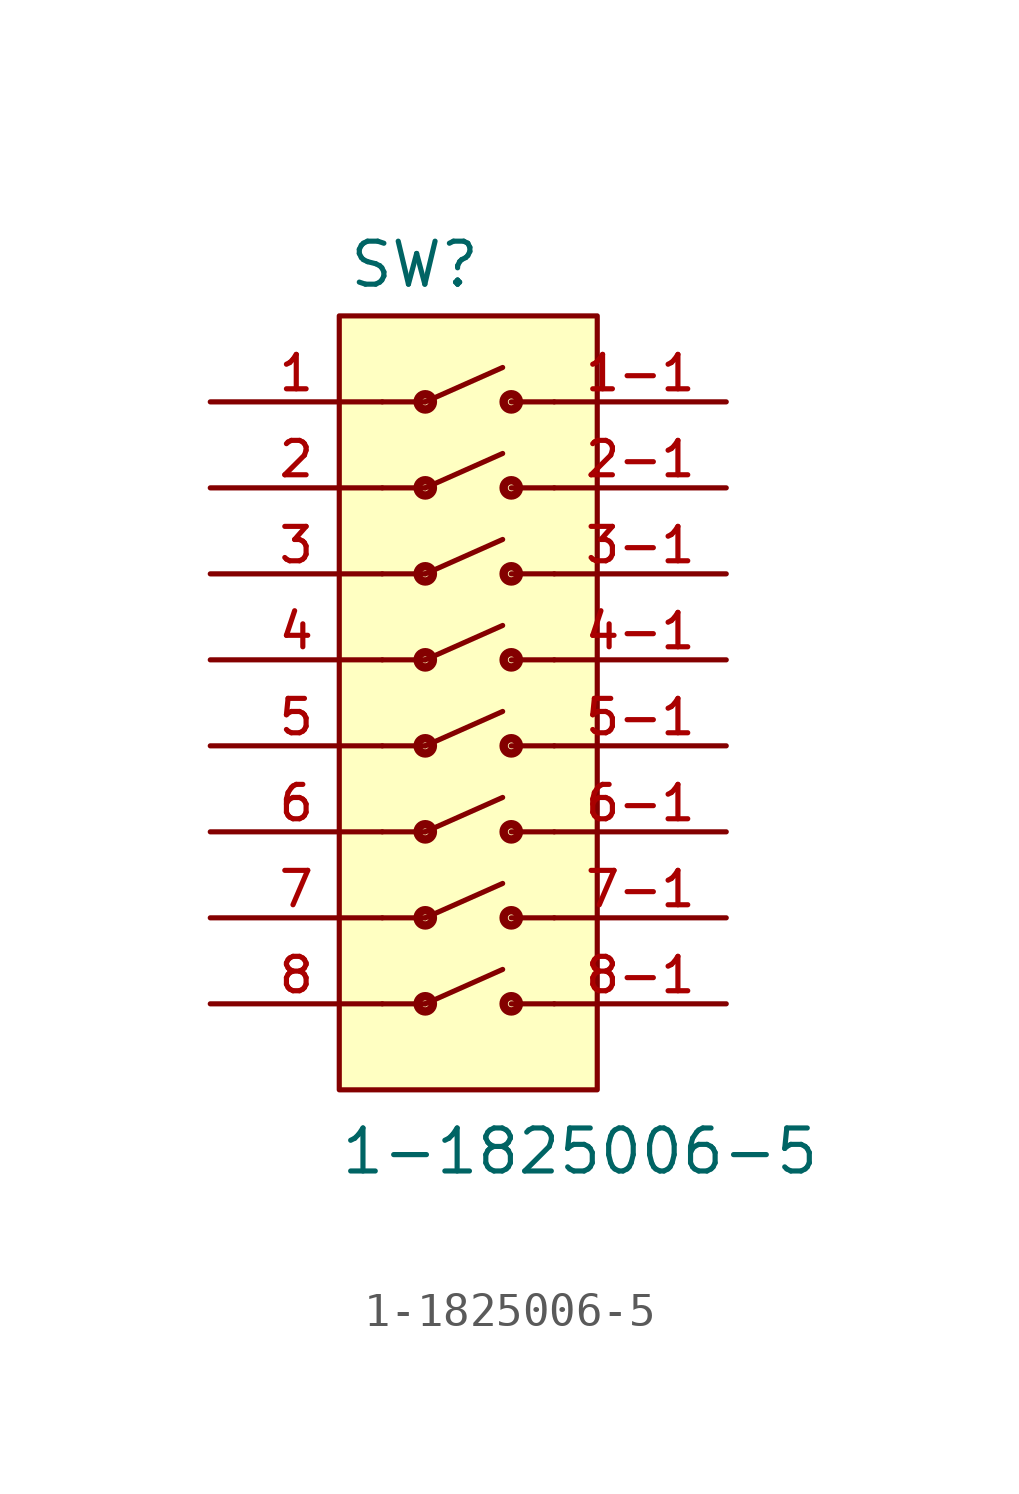
<source format=kicad_sym>
(kicad_symbol_lib
  (version 20211014)
  (generator kicad_symbol_editor)
  (symbol "1-1825006-5"
    (pin_names
      (offset 1.016))
    (property "Reference" "SW"
      (at -3.56 10.933 0)
      (effects (font (size 1.27 1.27)) (justify bottom left)))
    (property "Value" "1-1825006-5"
      (at -3.815 -15.261 0)
      (effects (font (size 1.27 1.27)) (justify bottom left)))
    (symbol "1-1825006-5_0_0"
      (polyline (pts (xy -2.54 7.62) (xy -1.27 7.62)) (stroke (width 0.152)))
      (polyline (pts (xy -1.27 7.62) (xy 1.016 8.636)) (stroke (width 0.152)))
      (polyline (pts (xy 2.54 7.62) (xy 1.27 7.62)) (stroke (width 0.152)))
      (circle (center -1.27 7.62) (radius 0.1) (stroke (width 0.25)) (fill (type none)))
      (circle (center 1.27 7.62) (radius 0.1) (stroke (width 0.25)) (fill (type none)))
      (polyline (pts (xy -2.54 5.08) (xy -1.27 5.08)) (stroke (width 0.152)))
      (polyline (pts (xy -1.27 5.08) (xy 1.016 6.096)) (stroke (width 0.152)))
      (polyline (pts (xy 2.54 5.08) (xy 1.27 5.08)) (stroke (width 0.152)))
      (circle (center -1.27 5.08) (radius 0.1) (stroke (width 0.25)) (fill (type none)))
      (circle (center 1.27 5.08) (radius 0.1) (stroke (width 0.25)) (fill (type none)))
      (polyline (pts (xy -2.54 2.54) (xy -1.27 2.54)) (stroke (width 0.152)))
      (polyline (pts (xy -1.27 2.54) (xy 1.016 3.556)) (stroke (width 0.152)))
      (polyline (pts (xy 2.54 2.54) (xy 1.27 2.54)) (stroke (width 0.152)))
      (circle (center -1.27 2.54) (radius 0.1) (stroke (width 0.25)) (fill (type none)))
      (circle (center 1.27 2.54) (radius 0.1) (stroke (width 0.25)) (fill (type none)))
      (polyline (pts (xy -2.54 0.0) (xy -1.27 0.0)) (stroke (width 0.152)))
      (polyline (pts (xy -1.27 0.0) (xy 1.016 1.016)) (stroke (width 0.152)))
      (polyline (pts (xy 2.54 0.0) (xy 1.27 0.0)) (stroke (width 0.152)))
      (circle (center -1.27 0.0) (radius 0.1) (stroke (width 0.25)) (fill (type none)))
      (circle (center 1.27 0.0) (radius 0.1) (stroke (width 0.25)) (fill (type none)))
      (polyline (pts (xy -2.54 -2.54) (xy -1.27 -2.54)) (stroke (width 0.152)))
      (polyline (pts (xy -1.27 -2.54) (xy 1.016 -1.524)) (stroke (width 0.152)))
      (polyline (pts (xy 2.54 -2.54) (xy 1.27 -2.54)) (stroke (width 0.152)))
      (circle (center -1.27 -2.54) (radius 0.1) (stroke (width 0.25)) (fill (type none)))
      (circle (center 1.27 -2.54) (radius 0.1) (stroke (width 0.25)) (fill (type none)))
      (polyline (pts (xy -2.54 -5.08) (xy -1.27 -5.08)) (stroke (width 0.152)))
      (polyline (pts (xy -1.27 -5.08) (xy 1.016 -4.064)) (stroke (width 0.152)))
      (polyline (pts (xy 2.54 -5.08) (xy 1.27 -5.08)) (stroke (width 0.152)))
      (circle (center -1.27 -5.08) (radius 0.1) (stroke (width 0.25)) (fill (type none)))
      (circle (center 1.27 -5.08) (radius 0.1) (stroke (width 0.25)) (fill (type none)))
      (polyline (pts (xy -2.54 -7.62) (xy -1.27 -7.62)) (stroke (width 0.152)))
      (polyline (pts (xy -1.27 -7.62) (xy 1.016 -6.604)) (stroke (width 0.152)))
      (polyline (pts (xy 2.54 -7.62) (xy 1.27 -7.62)) (stroke (width 0.152)))
      (circle (center -1.27 -7.62) (radius 0.1) (stroke (width 0.25)) (fill (type none)))
      (circle (center 1.27 -7.62) (radius 0.1) (stroke (width 0.25)) (fill (type none)))
      (polyline (pts (xy -2.54 -10.16) (xy -1.27 -10.16)) (stroke (width 0.152)))
      (polyline (pts (xy -1.27 -10.16) (xy 1.016 -9.144)) (stroke (width 0.152)))
      (polyline (pts (xy 2.54 -10.16) (xy 1.27 -10.16)) (stroke (width 0.152)))
      (circle (center -1.27 -10.16) (radius 0.1) (stroke (width 0.25)) (fill (type none)))
      (circle (center 1.27 -10.16) (radius 0.1) (stroke (width 0.25)) (fill (type none)))
      (rectangle (start -3.81 -12.7) (end 3.81 10.16) (stroke (width 0.152)) (fill (type background)))
      (pin passive line (at -7.62 7.62 0) (length 5.08) (name "~" (effects (font (size 1.016 1.016)))) (number "1" (effects (font (size 1.016 1.016)))))
      (pin passive line (at 7.62 7.62 180.0) (length 5.08) (name "~" (effects (font (size 1.016 1.016)))) (number "1-1" (effects (font (size 1.016 1.016)))))
      (pin passive line (at -7.62 5.08 0) (length 5.08) (name "~" (effects (font (size 1.016 1.016)))) (number "2" (effects (font (size 1.016 1.016)))))
      (pin passive line (at 7.62 5.08 180.0) (length 5.08) (name "~" (effects (font (size 1.016 1.016)))) (number "2-1" (effects (font (size 1.016 1.016)))))
      (pin passive line (at -7.62 2.54 0) (length 5.08) (name "~" (effects (font (size 1.016 1.016)))) (number "3" (effects (font (size 1.016 1.016)))))
      (pin passive line (at 7.62 2.54 180.0) (length 5.08) (name "~" (effects (font (size 1.016 1.016)))) (number "3-1" (effects (font (size 1.016 1.016)))))
      (pin passive line (at -7.62 0.0 0) (length 5.08) (name "~" (effects (font (size 1.016 1.016)))) (number "4" (effects (font (size 1.016 1.016)))))
      (pin passive line (at 7.62 0.0 180.0) (length 5.08) (name "~" (effects (font (size 1.016 1.016)))) (number "4-1" (effects (font (size 1.016 1.016)))))
      (pin passive line (at -7.62 -2.54 0) (length 5.08) (name "~" (effects (font (size 1.016 1.016)))) (number "5" (effects (font (size 1.016 1.016)))))
      (pin passive line (at 7.62 -2.54 180.0) (length 5.08) (name "~" (effects (font (size 1.016 1.016)))) (number "5-1" (effects (font (size 1.016 1.016)))))
      (pin passive line (at -7.62 -5.08 0) (length 5.08) (name "~" (effects (font (size 1.016 1.016)))) (number "6" (effects (font (size 1.016 1.016)))))
      (pin passive line (at 7.62 -5.08 180.0) (length 5.08) (name "~" (effects (font (size 1.016 1.016)))) (number "6-1" (effects (font (size 1.016 1.016)))))
      (pin passive line (at -7.62 -7.62 0) (length 5.08) (name "~" (effects (font (size 1.016 1.016)))) (number "7" (effects (font (size 1.016 1.016)))))
      (pin passive line (at 7.62 -7.62 180.0) (length 5.08) (name "~" (effects (font (size 1.016 1.016)))) (number "7-1" (effects (font (size 1.016 1.016)))))
      (pin passive line (at -7.62 -10.16 0) (length 5.08) (name "~" (effects (font (size 1.016 1.016)))) (number "8" (effects (font (size 1.016 1.016)))))
      (pin passive line (at 7.62 -10.16 180.0) (length 5.08) (name "~" (effects (font (size 1.016 1.016)))) (number "8-1" (effects (font (size 1.016 1.016))))))))
</source>
